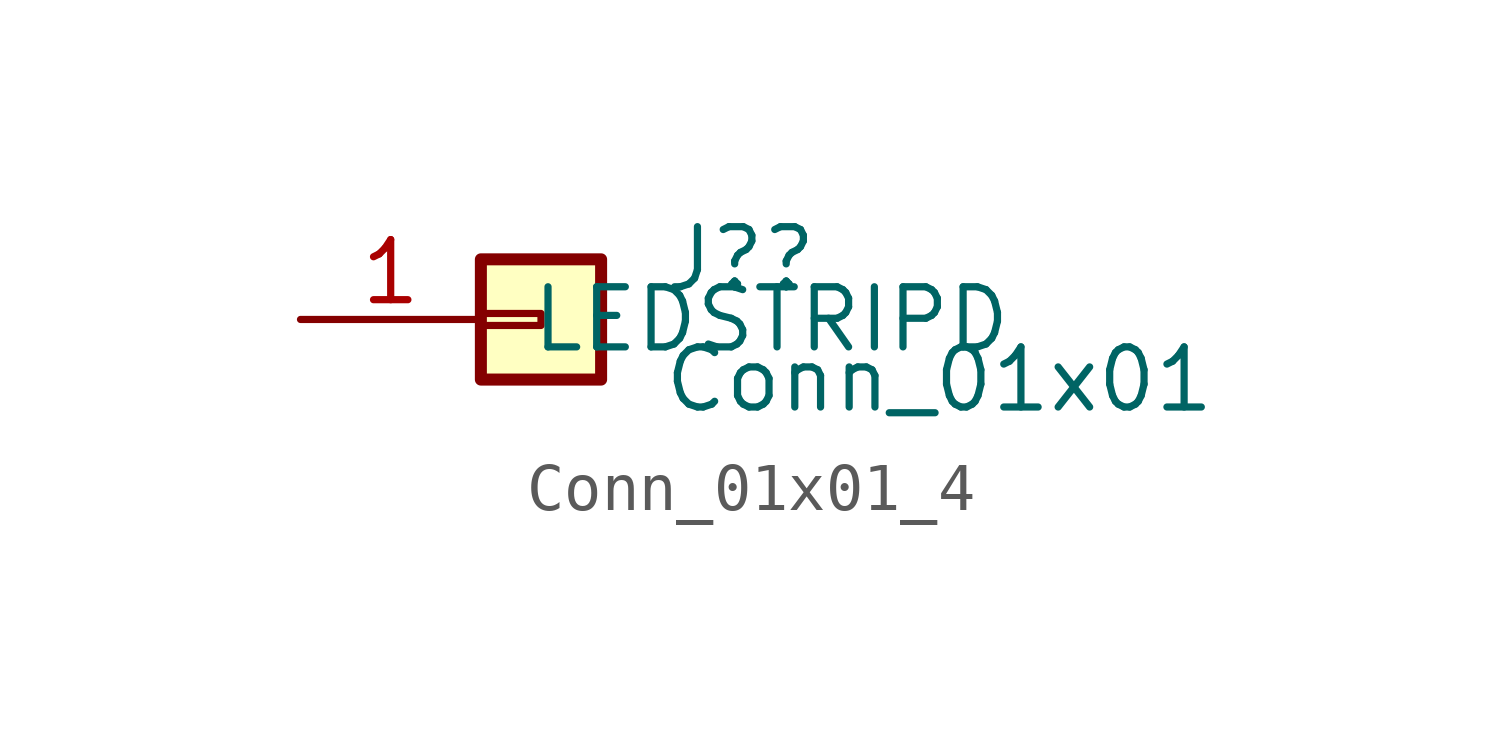
<source format=kicad_sym>
(kicad_symbol_lib
  (version 20211014)
  (generator kicad_symbol_editor)
  (symbol "Conn_01x01_4"
    (pin_names
      (offset 1.016))
    (property "Reference" "J?"
      (at 2.54 1.27 0)
      (effects (font (size 1.27 1.27)) (justify left)))
    (property "Value" "Conn_01x01"
      (at 2.54 -1.27 0)
      (effects (font (size 1.27 1.27)) (justify left)))
    (symbol "Conn_01x01_4_1_1"
      (rectangle (start -1.27 0.127) (end 0 -0.127) (stroke (width 0.152) (type default) (color 0 0 0 0)) (fill (type none)))
      (rectangle (start -1.27 1.27) (end 1.27 -1.27) (stroke (width 0.254) (type default) (color 0 0 0 0)) (fill (type background)))
      (pin passive line (at -5.08 0 0) (length 3.81) (name "LEDSTRIPD" (effects (font (size 1.27 1.27)))) (number "1" (effects (font (size 1.27 1.27))))))))
</source>
